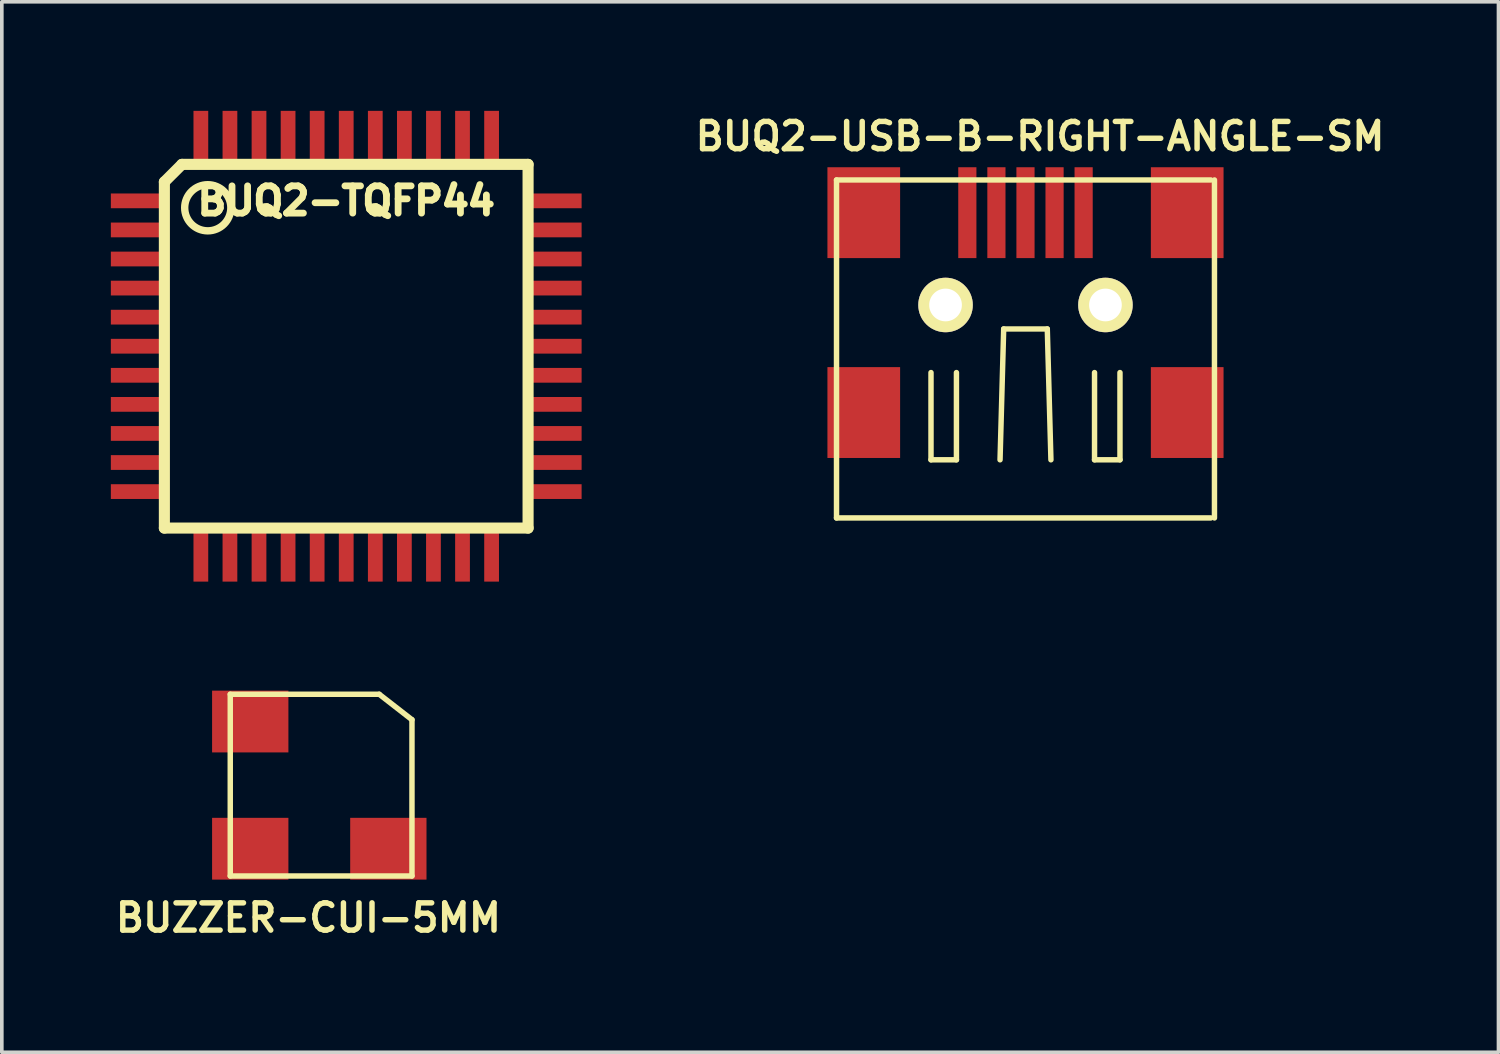
<source format=kicad_pcb>
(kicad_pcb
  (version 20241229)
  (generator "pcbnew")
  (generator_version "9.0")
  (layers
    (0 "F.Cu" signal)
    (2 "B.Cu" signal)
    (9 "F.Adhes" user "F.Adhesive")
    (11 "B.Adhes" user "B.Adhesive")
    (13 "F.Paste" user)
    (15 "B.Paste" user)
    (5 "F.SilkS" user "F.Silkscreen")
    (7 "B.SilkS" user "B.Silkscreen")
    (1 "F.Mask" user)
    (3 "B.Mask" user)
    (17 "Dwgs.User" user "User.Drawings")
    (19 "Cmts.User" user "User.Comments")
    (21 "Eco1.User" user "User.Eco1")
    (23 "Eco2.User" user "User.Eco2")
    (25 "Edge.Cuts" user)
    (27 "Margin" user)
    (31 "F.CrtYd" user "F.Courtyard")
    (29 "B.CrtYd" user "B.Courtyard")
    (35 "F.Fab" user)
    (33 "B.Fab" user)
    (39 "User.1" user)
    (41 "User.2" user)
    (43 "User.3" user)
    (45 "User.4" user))
  (footprint "BUZZER-CUI-5MM"
    (layer "F.Cu")
    (at 3.836 20.304)
    (property "Reference" "BUZZER-CUI-5MM" (at 1.6 1.9 0) (layer "F.SilkS") (effects (font (size 0.75 0.75) (thickness 0.15))))
    (attr through_hole)
    (fp_line (start -0.55 -4.25) (end -0.55 0.75) (stroke (width 0.15) (type solid)) (layer "F.SilkS"))
    (fp_line (start -0.55 -4.25) (end 3.55 -4.25) (stroke (width 0.15) (type solid)) (layer "F.SilkS"))
    (fp_line (start -0.55 0.75) (end 4.45 0.75) (stroke (width 0.15) (type solid)) (layer "F.SilkS"))
    (fp_line (start 3.55 -4.25) (end 4.45 -3.55) (stroke (width 0.15) (type solid)) (layer "F.SilkS"))
    (fp_line (start 4.45 -3.55) (end 4.45 0.75) (stroke (width 0.15) (type solid)) (layer "F.SilkS"))
    (pad "1" smd rect (at 0 0) (size 2.1 1.7) (layers "F.Cu" "F.Mask" "F.Paste"))
    (pad "2" smd rect (at 3.8 0) (size 2.1 1.7) (layers "F.Cu" "F.Mask" "F.Paste"))
    (pad "3" smd rect (at 0 -3.5) (size 2.1 1.7) (layers "F.Cu" "F.Mask" "F.Paste")))
  (footprint "BUQ2-TQFP44"
    (layer "F.Cu")
    (at 6.477 6.477)
    (property "Reference" "BUQ2-TQFP44" (at 0 -4 0) (layer "F.SilkS") (effects (font (size 0.75 0.75) (thickness 0.188))))
    (attr smd)
    (fp_line (start -5.004 -4.521) (end -5.004 5.004) (stroke (width 0.305) (type solid)) (layer "F.SilkS"))
    (fp_line (start -5.004 -4.521) (end -4.521 -5.004) (stroke (width 0.305) (type solid)) (layer "F.SilkS"))
    (fp_line (start -4.521 -5.004) (end 5.004 -5.004) (stroke (width 0.305) (type solid)) (layer "F.SilkS"))
    (fp_line (start 5.004 -5.004) (end 5.004 5.004) (stroke (width 0.305) (type solid)) (layer "F.SilkS"))
    (fp_line (start 5.004 5.004) (end -5.004 5.004) (stroke (width 0.305) (type solid)) (layer "F.SilkS"))
    (fp_circle (center -3.81 -3.81) (end -3.81 -3.175) (stroke (width 0.203) (type solid)) (fill no) (layer "F.SilkS"))
    (pad "1" smd rect (at -5.715 -4) (size 1.524 0.406) (layers "F.Cu" "F.Mask" "F.Paste"))
    (pad "2" smd rect (at -5.715 -3.2) (size 1.524 0.406) (layers "F.Cu" "F.Mask" "F.Paste"))
    (pad "3" smd rect (at -5.715 -2.4) (size 1.524 0.406) (layers "F.Cu" "F.Mask" "F.Paste"))
    (pad "4" smd rect (at -5.715 -1.6) (size 1.524 0.406) (layers "F.Cu" "F.Mask" "F.Paste"))
    (pad "5" smd rect (at -5.715 -0.8) (size 1.524 0.406) (layers "F.Cu" "F.Mask" "F.Paste"))
    (pad "6" smd rect (at -5.715 0) (size 1.524 0.406) (layers "F.Cu" "F.Mask" "F.Paste"))
    (pad "7" smd rect (at -5.715 0.8) (size 1.524 0.406) (layers "F.Cu" "F.Mask" "F.Paste"))
    (pad "8" smd rect (at -5.715 1.6) (size 1.524 0.406) (layers "F.Cu" "F.Mask" "F.Paste"))
    (pad "9" smd rect (at -5.715 2.4) (size 1.524 0.406) (layers "F.Cu" "F.Mask" "F.Paste"))
    (pad "10" smd rect (at -5.715 3.2) (size 1.524 0.406) (layers "F.Cu" "F.Mask" "F.Paste"))
    (pad "11" smd rect (at -5.715 4) (size 1.524 0.406) (layers "F.Cu" "F.Mask" "F.Paste"))
    (pad "12" smd rect (at -4 5.715) (size 0.406 1.524) (layers "F.Cu" "F.Mask" "F.Paste"))
    (pad "13" smd rect (at -3.2 5.715) (size 0.406 1.524) (layers "F.Cu" "F.Mask" "F.Paste"))
    (pad "14" smd rect (at -2.4 5.715) (size 0.406 1.524) (layers "F.Cu" "F.Mask" "F.Paste"))
    (pad "15" smd rect (at -1.6 5.715) (size 0.406 1.524) (layers "F.Cu" "F.Mask" "F.Paste"))
    (pad "16" smd rect (at -0.8 5.715) (size 0.406 1.524) (layers "F.Cu" "F.Mask" "F.Paste"))
    (pad "17" smd rect (at 0 5.715) (size 0.406 1.524) (layers "F.Cu" "F.Mask" "F.Paste"))
    (pad "18" smd rect (at 0.8 5.715) (size 0.406 1.524) (layers "F.Cu" "F.Mask" "F.Paste"))
    (pad "19" smd rect (at 1.6 5.715) (size 0.406 1.524) (layers "F.Cu" "F.Mask" "F.Paste"))
    (pad "20" smd rect (at 2.4 5.715) (size 0.406 1.524) (layers "F.Cu" "F.Mask" "F.Paste"))
    (pad "21" smd rect (at 3.2 5.715) (size 0.406 1.524) (layers "F.Cu" "F.Mask" "F.Paste"))
    (pad "22" smd rect (at 4 5.715) (size 0.406 1.524) (layers "F.Cu" "F.Mask" "F.Paste"))
    (pad "23" smd rect (at 5.715 4) (size 1.524 0.406) (layers "F.Cu" "F.Mask" "F.Paste"))
    (pad "24" smd rect (at 5.715 3.2) (size 1.524 0.406) (layers "F.Cu" "F.Mask" "F.Paste"))
    (pad "25" smd rect (at 5.715 2.4) (size 1.524 0.406) (layers "F.Cu" "F.Mask" "F.Paste"))
    (pad "26" smd rect (at 5.715 1.6) (size 1.524 0.406) (layers "F.Cu" "F.Mask" "F.Paste"))
    (pad "27" smd rect (at 5.715 0.8) (size 1.524 0.406) (layers "F.Cu" "F.Mask" "F.Paste"))
    (pad "28" smd rect (at 5.715 0) (size 1.524 0.406) (layers "F.Cu" "F.Mask" "F.Paste"))
    (pad "29" smd rect (at 5.715 -0.8) (size 1.524 0.406) (layers "F.Cu" "F.Mask" "F.Paste"))
    (pad "30" smd rect (at 5.715 -1.6) (size 1.524 0.406) (layers "F.Cu" "F.Mask" "F.Paste"))
    (pad "31" smd rect (at 5.715 -2.4) (size 1.524 0.406) (layers "F.Cu" "F.Mask" "F.Paste"))
    (pad "32" smd rect (at 5.715 -3.2) (size 1.524 0.406) (layers "F.Cu" "F.Mask" "F.Paste"))
    (pad "33" smd rect (at 5.715 -4) (size 1.524 0.406) (layers "F.Cu" "F.Mask" "F.Paste"))
    (pad "34" smd rect (at 4 -5.715) (size 0.406 1.524) (layers "F.Cu" "F.Mask" "F.Paste"))
    (pad "35" smd rect (at 3.2 -5.715) (size 0.406 1.524) (layers "F.Cu" "F.Mask" "F.Paste"))
    (pad "36" smd rect (at 2.4 -5.715) (size 0.406 1.524) (layers "F.Cu" "F.Mask" "F.Paste"))
    (pad "37" smd rect (at 1.6 -5.715) (size 0.406 1.524) (layers "F.Cu" "F.Mask" "F.Paste"))
    (pad "38" smd rect (at 0.8 -5.715) (size 0.406 1.524) (layers "F.Cu" "F.Mask" "F.Paste"))
    (pad "39" smd rect (at 0 -5.715) (size 0.406 1.524) (layers "F.Cu" "F.Mask" "F.Paste"))
    (pad "40" smd rect (at -0.8 -5.715) (size 0.406 1.524) (layers "F.Cu" "F.Mask" "F.Paste"))
    (pad "41" smd rect (at -1.6 -5.715) (size 0.406 1.524) (layers "F.Cu" "F.Mask" "F.Paste"))
    (pad "42" smd rect (at -2.4 -5.715) (size 0.406 1.524) (layers "F.Cu" "F.Mask" "F.Paste"))
    (pad "43" smd rect (at -3.2 -5.715) (size 0.406 1.524) (layers "F.Cu" "F.Mask" "F.Paste"))
    (pad "44" smd rect (at -4 -5.715) (size 0.406 1.524) (layers "F.Cu" "F.Mask" "F.Paste")))
  (footprint "BUQ2-USB-B-RIGHT-ANGLE-SM"
    (layer "F.Cu")
    (at 25.168 10.602)
    (property "Reference" "BUQ2-USB-B-RIGHT-ANGLE-SM" (at 0.4 -9.9 0) (layer "F.SilkS") (effects (font (size 0.75 0.75) (thickness 0.15))))
    (attr through_hole)
    (fp_line (start -5.2 -8.7) (end -5.2 0.6) (stroke (width 0.15) (type solid)) (layer "F.SilkS"))
    (fp_line (start -5.2 0.6) (end 5.1 0.6) (stroke (width 0.15) (type solid)) (layer "F.SilkS"))
    (fp_line (start -2.6 -3.4) (end -2.6 -1) (stroke (width 0.15) (type solid)) (layer "F.SilkS"))
    (fp_line (start -2.6 -1) (end -1.9 -1) (stroke (width 0.15) (type solid)) (layer "F.SilkS"))
    (fp_line (start -1.9 -1) (end -1.9 -3.4) (stroke (width 0.15) (type solid)) (layer "F.SilkS"))
    (fp_line (start -0.7 -1) (end -0.6 -4.6) (stroke (width 0.15) (type solid)) (layer "F.SilkS"))
    (fp_line (start -0.6 -4.6) (end 0.6 -4.6) (stroke (width 0.15) (type solid)) (layer "F.SilkS"))
    (fp_line (start 0.6 -4.6) (end 0.7 -1) (stroke (width 0.15) (type solid)) (layer "F.SilkS"))
    (fp_line (start 1.9 -3.4) (end 1.9 -1) (stroke (width 0.15) (type solid)) (layer "F.SilkS"))
    (fp_line (start 1.9 -1) (end 2.6 -1) (stroke (width 0.15) (type solid)) (layer "F.SilkS"))
    (fp_line (start 2.6 -1) (end 2.6 -3.4) (stroke (width 0.15) (type solid)) (layer "F.SilkS"))
    (fp_line (start 5.1 -8.7) (end -5.2 -8.7) (stroke (width 0.15) (type solid)) (layer "F.SilkS"))
    (fp_line (start 5.2 0.6) (end 5.2 -8.7) (stroke (width 0.15) (type solid)) (layer "F.SilkS"))
    (pad "" np_thru_hole circle (at -2.2 -5.26) (size 1.5 1.5) (drill 0.9) (layers "*.Cu" "*.Mask" "F.SilkS"))
    (pad "" np_thru_hole circle (at 2.2 -5.26) (size 1.5 1.5) (drill 0.9) (layers "*.Cu" "*.Mask" "F.SilkS"))
    (pad "1" smd rect (at -1.6 -7.8) (size 0.5 2.5) (layers "F.Cu" "F.Mask" "F.Paste"))
    (pad "2" smd rect (at -0.8 -7.8) (size 0.5 2.5) (layers "F.Cu" "F.Mask" "F.Paste"))
    (pad "3" smd rect (at 0 -7.8) (size 0.5 2.5) (layers "F.Cu" "F.Mask" "F.Paste"))
    (pad "4" smd rect (at 0.8 -7.8) (size 0.5 2.5) (layers "F.Cu" "F.Mask" "F.Paste"))
    (pad "5" smd rect (at 1.6 -7.8) (size 0.5 2.5) (layers "F.Cu" "F.Mask" "F.Paste"))
    (pad "6" smd rect (at -4.45 -7.8) (size 2 2.5) (layers "F.Cu" "F.Mask" "F.Paste"))
    (pad "7" smd rect (at -4.45 -2.3) (size 2 2.5) (layers "F.Cu" "F.Mask" "F.Paste"))
    (pad "8" smd rect (at 4.45 -2.3) (size 2 2.5) (layers "F.Cu" "F.Mask" "F.Paste"))
    (pad "9" smd rect (at 4.45 -7.8) (size 2 2.5) (layers "F.Cu" "F.Mask" "F.Paste")))
  (gr_rect
    (start -3 -3)
    (end 38.183 25.906)
    (stroke (width 0.1) (type default))
    (fill no)
    (layer "Edge.Cuts")))
</source>
